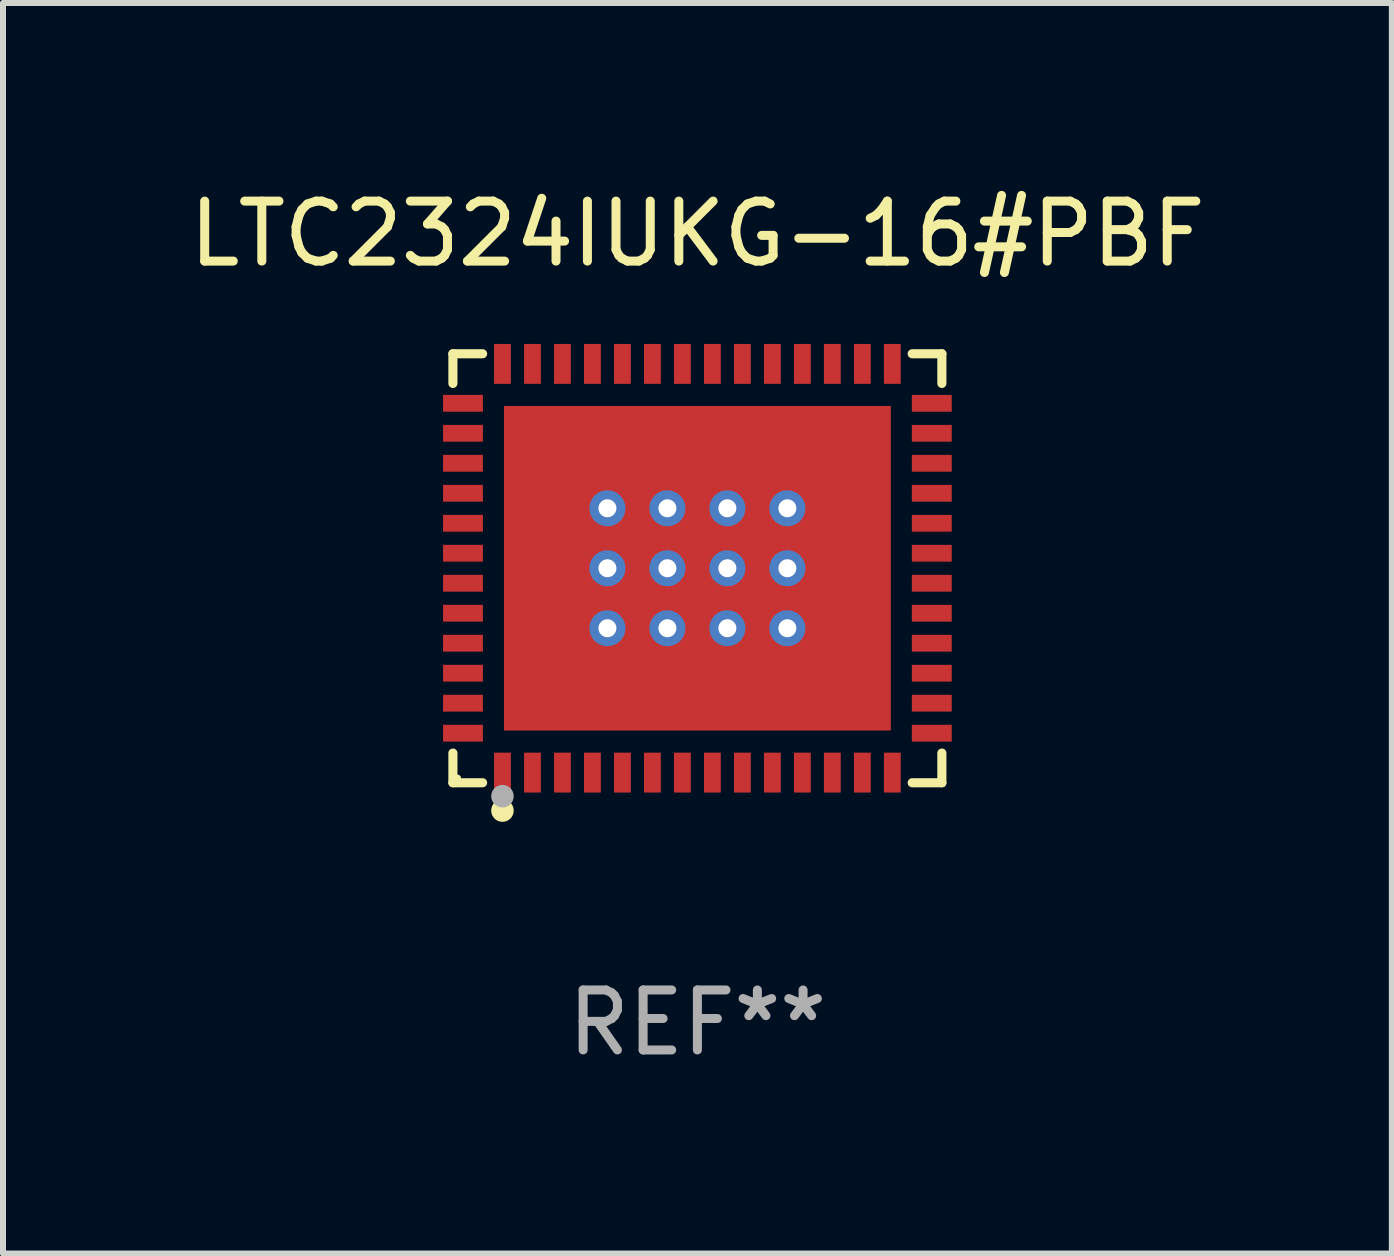
<source format=kicad_pcb>
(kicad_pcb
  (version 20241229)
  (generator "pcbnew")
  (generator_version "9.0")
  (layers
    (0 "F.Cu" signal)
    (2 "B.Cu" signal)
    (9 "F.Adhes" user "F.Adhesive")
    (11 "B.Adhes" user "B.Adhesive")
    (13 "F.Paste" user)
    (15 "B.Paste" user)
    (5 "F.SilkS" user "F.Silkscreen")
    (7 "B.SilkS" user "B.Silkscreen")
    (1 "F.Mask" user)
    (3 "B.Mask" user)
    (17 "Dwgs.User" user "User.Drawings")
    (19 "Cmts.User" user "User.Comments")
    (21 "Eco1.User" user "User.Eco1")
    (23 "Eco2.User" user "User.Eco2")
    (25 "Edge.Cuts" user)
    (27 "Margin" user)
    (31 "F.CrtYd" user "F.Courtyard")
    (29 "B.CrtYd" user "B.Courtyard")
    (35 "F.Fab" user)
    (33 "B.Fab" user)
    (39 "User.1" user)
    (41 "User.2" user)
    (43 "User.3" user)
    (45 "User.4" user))
  (footprint "LTC2324IUKG-16#PBF"
    (layer "F.Cu")
    (at 8.577 6.424)
    (property "Reference" "LTC2324IUKG-16#PBF" (at 0 -5.576 0) (layer "F.SilkS") (effects (font (size 1 1) (thickness 0.15))))
    (attr through_hole)
    (fp_line (start -4.076 -3.576) (end -3.581 -3.576) (stroke (width 0.152) (type solid)) (layer "F.SilkS"))
    (fp_line (start -4.076 -3.081) (end -4.076 -3.576) (stroke (width 0.152) (type solid)) (layer "F.SilkS"))
    (fp_line (start -4.076 3.081) (end -4.076 3.576) (stroke (width 0.152) (type solid)) (layer "F.SilkS"))
    (fp_line (start -4.076 3.576) (end -3.581 3.576) (stroke (width 0.152) (type solid)) (layer "F.SilkS"))
    (fp_line (start 4.076 -3.576) (end 3.581 -3.576) (stroke (width 0.152) (type solid)) (layer "F.SilkS"))
    (fp_line (start 4.076 -3.081) (end 4.076 -3.576) (stroke (width 0.152) (type solid)) (layer "F.SilkS"))
    (fp_line (start 4.076 3.081) (end 4.076 3.576) (stroke (width 0.152) (type solid)) (layer "F.SilkS"))
    (fp_line (start 4.076 3.576) (end 3.581 3.576) (stroke (width 0.152) (type solid)) (layer "F.SilkS"))
    (fp_circle (center -4 3.5) (end -3.97 3.5) (stroke (width 0.06) (type solid)) (fill no) (layer "F.SilkS"))
    (fp_circle (center -3.25 4.04) (end -3.156 4.04) (stroke (width 0.188) (type solid)) (fill no) (layer "F.SilkS"))
    (fp_circle (center -3.25 3.8) (end -3.156 3.8) (stroke (width 0.188) (type solid)) (fill no) (layer "F.Fab"))
    (fp_text user "REF**" (at 0 7.576 0) (layer "F.Fab") (effects (font (size 1 1) (thickness 0.15))))
    (pad "1" smd rect (at -3.25 3.407) (size 0.28 0.665) (layers "F.Cu" "F.Mask" "F.Paste"))
    (pad "2" smd rect (at -2.75 3.407) (size 0.28 0.665) (layers "F.Cu" "F.Mask" "F.Paste"))
    (pad "3" smd rect (at -2.25 3.407) (size 0.28 0.665) (layers "F.Cu" "F.Mask" "F.Paste"))
    (pad "4" smd rect (at -1.75 3.407) (size 0.28 0.665) (layers "F.Cu" "F.Mask" "F.Paste"))
    (pad "5" smd rect (at -1.25 3.407) (size 0.28 0.665) (layers "F.Cu" "F.Mask" "F.Paste"))
    (pad "6" smd rect (at -0.75 3.407) (size 0.28 0.665) (layers "F.Cu" "F.Mask" "F.Paste"))
    (pad "7" smd rect (at -0.25 3.407) (size 0.28 0.665) (layers "F.Cu" "F.Mask" "F.Paste"))
    (pad "8" smd rect (at 0.25 3.407) (size 0.28 0.665) (layers "F.Cu" "F.Mask" "F.Paste"))
    (pad "9" smd rect (at 0.75 3.407) (size 0.28 0.665) (layers "F.Cu" "F.Mask" "F.Paste"))
    (pad "10" smd rect (at 1.25 3.407) (size 0.28 0.665) (layers "F.Cu" "F.Mask" "F.Paste"))
    (pad "11" smd rect (at 1.75 3.407) (size 0.28 0.665) (layers "F.Cu" "F.Mask" "F.Paste"))
    (pad "12" smd rect (at 2.25 3.407) (size 0.28 0.665) (layers "F.Cu" "F.Mask" "F.Paste"))
    (pad "13" smd rect (at 2.75 3.407) (size 0.28 0.665) (layers "F.Cu" "F.Mask" "F.Paste"))
    (pad "14" smd rect (at 3.25 3.407) (size 0.28 0.665) (layers "F.Cu" "F.Mask" "F.Paste"))
    (pad "15" smd rect (at 3.908 2.75) (size 0.665 0.28) (layers "F.Cu" "F.Mask" "F.Paste"))
    (pad "16" smd rect (at 3.908 2.25) (size 0.665 0.28) (layers "F.Cu" "F.Mask" "F.Paste"))
    (pad "17" smd rect (at 3.908 1.75) (size 0.665 0.28) (layers "F.Cu" "F.Mask" "F.Paste"))
    (pad "18" smd rect (at 3.908 1.25) (size 0.665 0.28) (layers "F.Cu" "F.Mask" "F.Paste"))
    (pad "19" smd rect (at 3.908 0.75) (size 0.665 0.28) (layers "F.Cu" "F.Mask" "F.Paste"))
    (pad "20" smd rect (at 3.908 0.25) (size 0.665 0.28) (layers "F.Cu" "F.Mask" "F.Paste"))
    (pad "21" smd rect (at 3.908 -0.25) (size 0.665 0.28) (layers "F.Cu" "F.Mask" "F.Paste"))
    (pad "22" smd rect (at 3.908 -0.75) (size 0.665 0.28) (layers "F.Cu" "F.Mask" "F.Paste"))
    (pad "23" smd rect (at 3.908 -1.25) (size 0.665 0.28) (layers "F.Cu" "F.Mask" "F.Paste"))
    (pad "24" smd rect (at 3.908 -1.75) (size 0.665 0.28) (layers "F.Cu" "F.Mask" "F.Paste"))
    (pad "25" smd rect (at 3.908 -2.25) (size 0.665 0.28) (layers "F.Cu" "F.Mask" "F.Paste"))
    (pad "26" smd rect (at 3.908 -2.75) (size 0.665 0.28) (layers "F.Cu" "F.Mask" "F.Paste"))
    (pad "27" smd rect (at 3.25 -3.407) (size 0.28 0.665) (layers "F.Cu" "F.Mask" "F.Paste"))
    (pad "28" smd rect (at 2.75 -3.407) (size 0.28 0.665) (layers "F.Cu" "F.Mask" "F.Paste"))
    (pad "29" smd rect (at 2.25 -3.407) (size 0.28 0.665) (layers "F.Cu" "F.Mask" "F.Paste"))
    (pad "30" smd rect (at 1.75 -3.407) (size 0.28 0.665) (layers "F.Cu" "F.Mask" "F.Paste"))
    (pad "31" smd rect (at 1.25 -3.407) (size 0.28 0.665) (layers "F.Cu" "F.Mask" "F.Paste"))
    (pad "32" smd rect (at 0.75 -3.407) (size 0.28 0.665) (layers "F.Cu" "F.Mask" "F.Paste"))
    (pad "33" smd rect (at 0.25 -3.407) (size 0.28 0.665) (layers "F.Cu" "F.Mask" "F.Paste"))
    (pad "34" smd rect (at -0.25 -3.407) (size 0.28 0.665) (layers "F.Cu" "F.Mask" "F.Paste"))
    (pad "35" smd rect (at -0.75 -3.407) (size 0.28 0.665) (layers "F.Cu" "F.Mask" "F.Paste"))
    (pad "36" smd rect (at -1.25 -3.407) (size 0.28 0.665) (layers "F.Cu" "F.Mask" "F.Paste"))
    (pad "37" smd rect (at -1.75 -3.407) (size 0.28 0.665) (layers "F.Cu" "F.Mask" "F.Paste"))
    (pad "38" smd rect (at -2.25 -3.407) (size 0.28 0.665) (layers "F.Cu" "F.Mask" "F.Paste"))
    (pad "39" smd rect (at -2.75 -3.407) (size 0.28 0.665) (layers "F.Cu" "F.Mask" "F.Paste"))
    (pad "40" smd rect (at -3.25 -3.407) (size 0.28 0.665) (layers "F.Cu" "F.Mask" "F.Paste"))
    (pad "41" smd rect (at -3.908 -2.75) (size 0.665 0.28) (layers "F.Cu" "F.Mask" "F.Paste"))
    (pad "42" smd rect (at -3.908 -2.25) (size 0.665 0.28) (layers "F.Cu" "F.Mask" "F.Paste"))
    (pad "43" smd rect (at -3.908 -1.75) (size 0.665 0.28) (layers "F.Cu" "F.Mask" "F.Paste"))
    (pad "44" smd rect (at -3.908 -1.25) (size 0.665 0.28) (layers "F.Cu" "F.Mask" "F.Paste"))
    (pad "45" smd rect (at -3.908 -0.75) (size 0.665 0.28) (layers "F.Cu" "F.Mask" "F.Paste"))
    (pad "46" smd rect (at -3.908 -0.25) (size 0.665 0.28) (layers "F.Cu" "F.Mask" "F.Paste"))
    (pad "47" smd rect (at -3.908 0.25) (size 0.665 0.28) (layers "F.Cu" "F.Mask" "F.Paste"))
    (pad "48" smd rect (at -3.908 0.75) (size 0.665 0.28) (layers "F.Cu" "F.Mask" "F.Paste"))
    (pad "49" smd rect (at -3.908 1.25) (size 0.665 0.28) (layers "F.Cu" "F.Mask" "F.Paste"))
    (pad "50" smd rect (at -3.908 1.75) (size 0.665 0.28) (layers "F.Cu" "F.Mask" "F.Paste"))
    (pad "51" smd rect (at -3.908 2.25) (size 0.665 0.28) (layers "F.Cu" "F.Mask" "F.Paste"))
    (pad "52" smd rect (at -3.908 2.75) (size 0.665 0.28) (layers "F.Cu" "F.Mask" "F.Paste"))
    (pad "53" thru_hole circle (at -1.5 -1) (size 0.6 0.6) (drill 0.3) (layers "*.Cu" "*.Mask"))
    (pad "53" thru_hole circle (at -1.5 0) (size 0.6 0.6) (drill 0.3) (layers "*.Cu" "*.Mask"))
    (pad "53" thru_hole circle (at -1.5 1) (size 0.6 0.6) (drill 0.3) (layers "*.Cu" "*.Mask"))
    (pad "53" thru_hole circle (at -0.5 -1) (size 0.6 0.6) (drill 0.3) (layers "*.Cu" "*.Mask"))
    (pad "53" thru_hole circle (at -0.5 0) (size 0.6 0.6) (drill 0.3) (layers "*.Cu" "*.Mask"))
    (pad "53" thru_hole circle (at -0.5 1) (size 0.6 0.6) (drill 0.3) (layers "*.Cu" "*.Mask"))
    (pad "53" smd rect (at 0 0) (size 6.45 5.41) (layers "F.Cu" "F.Mask" "F.Paste"))
    (pad "53" thru_hole circle (at 0.5 -1) (size 0.6 0.6) (drill 0.3) (layers "*.Cu" "*.Mask"))
    (pad "53" thru_hole circle (at 0.5 0) (size 0.6 0.6) (drill 0.3) (layers "*.Cu" "*.Mask"))
    (pad "53" thru_hole circle (at 0.5 1) (size 0.6 0.6) (drill 0.3) (layers "*.Cu" "*.Mask"))
    (pad "53" thru_hole circle (at 1.5 -1) (size 0.6 0.6) (drill 0.3) (layers "*.Cu" "*.Mask"))
    (pad "53" thru_hole circle (at 1.5 0) (size 0.6 0.6) (drill 0.3) (layers "*.Cu" "*.Mask"))
    (pad "53" thru_hole circle (at 1.5 1) (size 0.6 0.6) (drill 0.3) (layers "*.Cu" "*.Mask")))
  (gr_rect
    (start -3 -3)
    (end 20.155 17.849)
    (stroke (width 0.1) (type default))
    (fill no)
    (layer "Edge.Cuts")))
</source>
